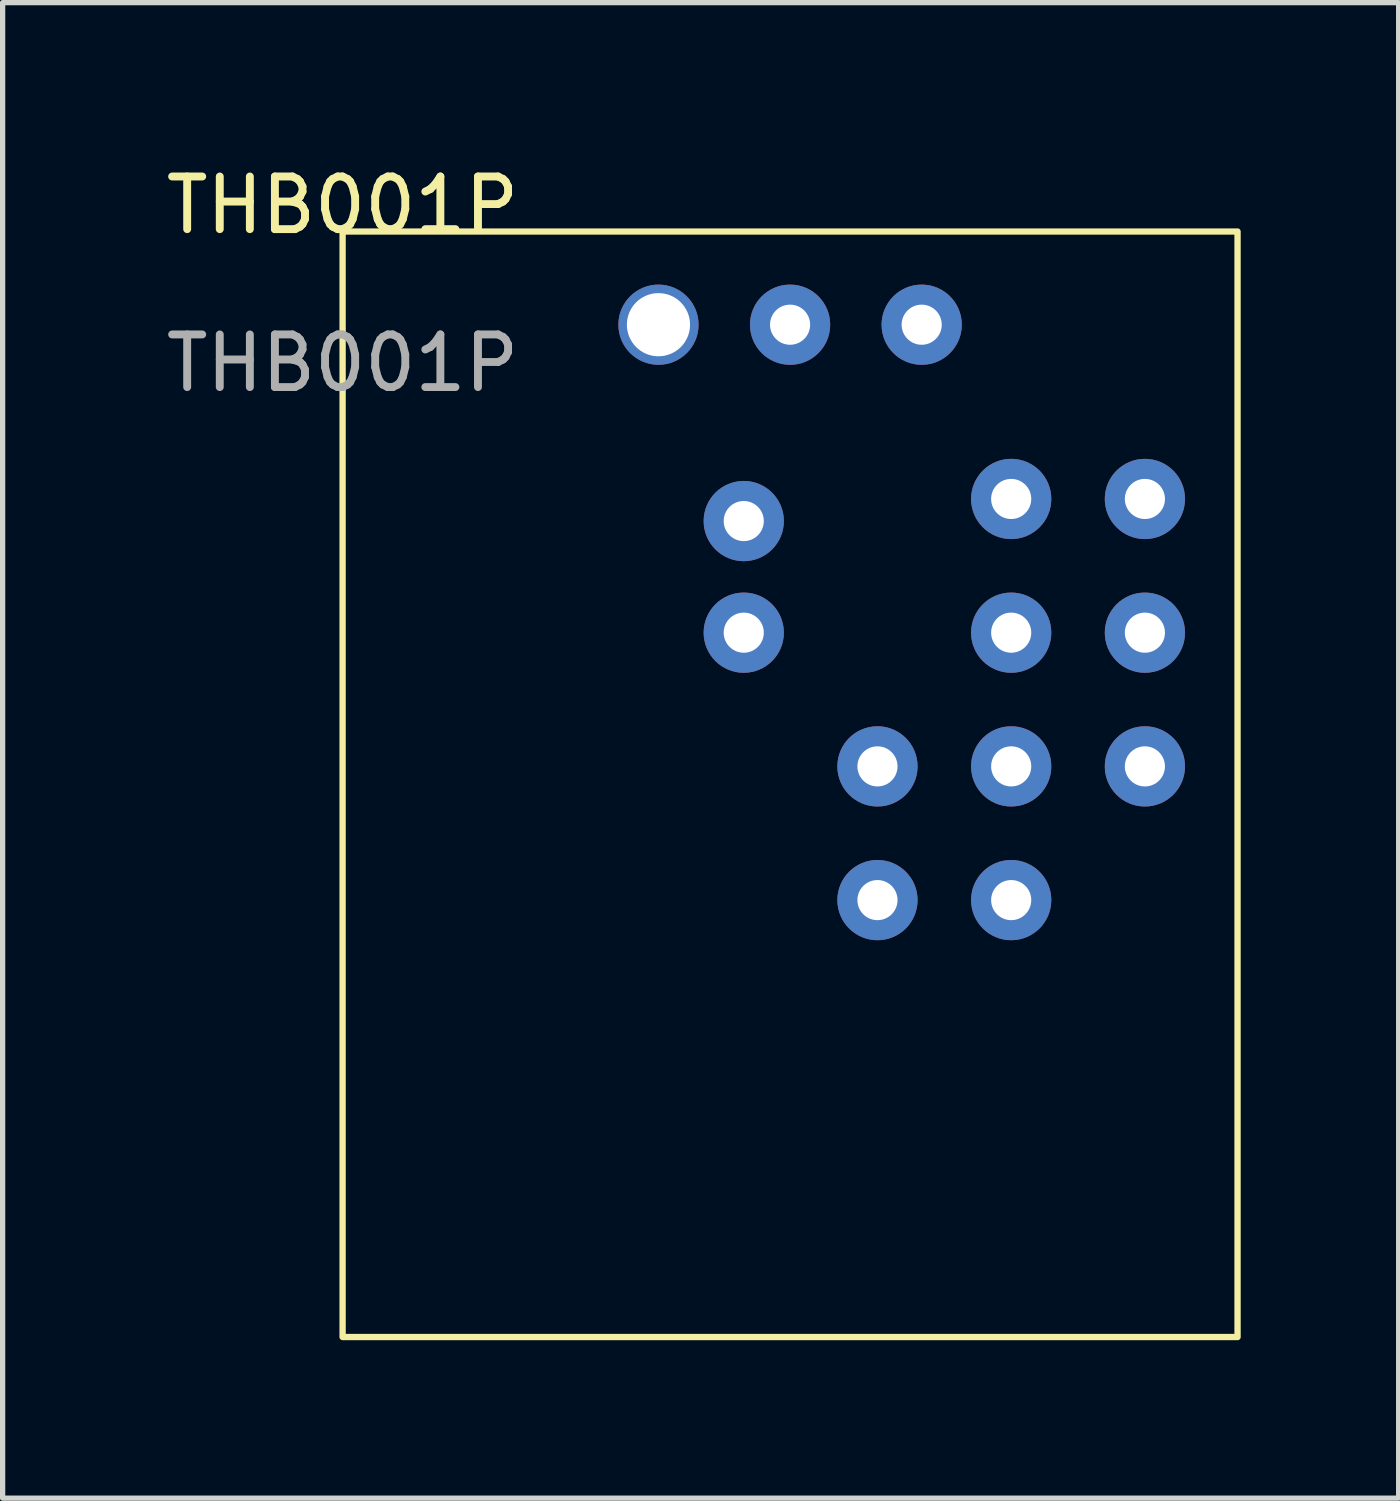
<source format=kicad_pcb>
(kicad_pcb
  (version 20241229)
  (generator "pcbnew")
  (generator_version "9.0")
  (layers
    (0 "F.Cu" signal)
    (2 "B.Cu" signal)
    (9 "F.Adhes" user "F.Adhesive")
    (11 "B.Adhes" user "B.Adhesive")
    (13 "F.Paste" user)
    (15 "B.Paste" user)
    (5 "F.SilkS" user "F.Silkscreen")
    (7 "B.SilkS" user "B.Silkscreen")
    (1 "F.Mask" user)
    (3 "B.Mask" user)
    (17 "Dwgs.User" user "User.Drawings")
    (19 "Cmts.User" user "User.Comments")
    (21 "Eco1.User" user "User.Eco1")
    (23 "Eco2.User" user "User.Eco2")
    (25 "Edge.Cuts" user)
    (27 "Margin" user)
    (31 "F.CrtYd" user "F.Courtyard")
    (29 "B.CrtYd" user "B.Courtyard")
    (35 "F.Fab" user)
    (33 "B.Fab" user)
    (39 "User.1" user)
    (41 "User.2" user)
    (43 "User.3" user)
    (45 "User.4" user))
  (footprint "THB001P"
    (layer "F.Cu")
    (at 3.458 1.348)
    (property "Reference" "THB001P" (at 0 -0.5 0) (unlocked yes) (layer "F.SilkS") (effects (font (size 1 1) (thickness 0.15))))
    (attr through_hole)
    (fp_rect (start 0 0) (end 17 21) (stroke (width 0.12) (type solid)) (fill no) (layer "F.SilkS"))
    (fp_text user "${REFERENCE}" (at 0 2.5 0) (unlocked yes) (layer "F.Fab") (effects (font (size 1 1) (thickness 0.15))))
    (pad "1" thru_hole circle (at 11 1.77) (size 1.524 1.524) (drill 0.762) (layers "*.Cu" "*.Mask"))
    (pad "2" thru_hole circle (at 8.5 1.77) (size 1.524 1.524) (drill 0.762) (layers "*.Cu" "*.Mask"))
    (pad "3" thru_hole circle (at 6 1.77) (size 1.524 1.524) (drill 1.2) (layers "*.Cu" "*.Mask"))
    (pad "4" thru_hole circle (at 15.24 5.08) (size 1.524 1.524) (drill 0.762) (layers "*.Cu" "*.Mask"))
    (pad "5" thru_hole circle (at 15.24 7.62) (size 1.524 1.524) (drill 0.762) (layers "*.Cu" "*.Mask"))
    (pad "6" thru_hole circle (at 15.24 10.16) (size 1.524 1.524) (drill 0.762) (layers "*.Cu" "*.Mask"))
    (pad "7" thru_hole circle (at 12.7 5.08) (size 1.524 1.524) (drill 0.762) (layers "*.Cu" "*.Mask"))
    (pad "8" thru_hole circle (at 7.62 5.5) (size 1.524 1.524) (drill 0.762) (layers "*.Cu" "*.Mask"))
    (pad "9" thru_hole circle (at 12.7 12.7) (size 1.524 1.524) (drill 0.762) (layers "*.Cu" "*.Mask"))
    (pad "10" thru_hole circle (at 12.7 10.16) (size 1.524 1.524) (drill 0.762) (layers "*.Cu" "*.Mask"))
    (pad "11" thru_hole circle (at 10.16 10.16) (size 1.524 1.524) (drill 0.762) (layers "*.Cu" "*.Mask"))
    (pad "12" thru_hole circle (at 10.16 12.7) (size 1.524 1.524) (drill 0.762) (layers "*.Cu" "*.Mask"))
    (pad "13" thru_hole circle (at 12.7 7.62) (size 1.524 1.524) (drill 0.762) (layers "*.Cu" "*.Mask"))
    (pad "14" thru_hole circle (at 7.62 7.62) (size 1.524 1.524) (drill 0.762) (layers "*.Cu" "*.Mask")))
  (gr_rect
    (start -3 -3)
    (end 23.518 25.408)
    (stroke (width 0.1) (type default))
    (fill no)
    (layer "Edge.Cuts")))
</source>
